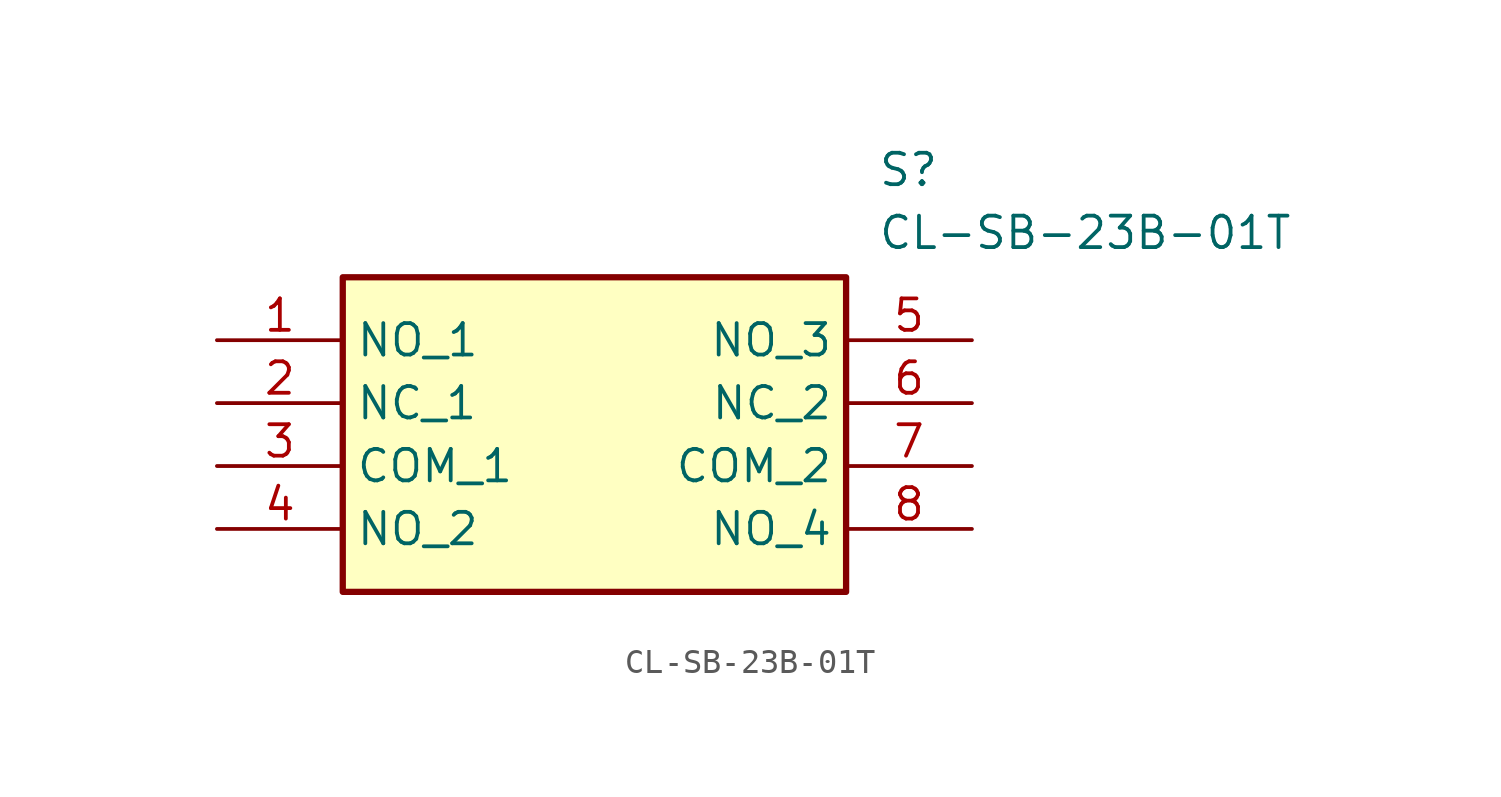
<source format=kicad_sym>
(kicad_symbol_lib
  (version 20211014)
  (generator SamacSys_ECAD_Model)
  (symbol "CL-SB-23B-01T"
    (property "Reference" "S"
      (at 26.67 7.62 0)
      (effects (font (size 1.27 1.27)) (justify left top)))
    (property "Value" "CL-SB-23B-01T"
      (at 26.67 5.08 0)
      (effects (font (size 1.27 1.27)) (justify left top)))
    (rectangle
      (start 5.08 2.54)
      (end 25.4 -10.16)
      (stroke (width 0.254) (type default))
      (fill (type background)))
    (pin passive line
      (at 0 0 0)
      (length 5.08)
      (name "NO_1" (effects (font (size 1.27 1.27))))
      (number "1" (effects (font (size 1.27 1.27)))))
    (pin passive line
      (at 0 -2.54 0)
      (length 5.08)
      (name "NC_1" (effects (font (size 1.27 1.27))))
      (number "2" (effects (font (size 1.27 1.27)))))
    (pin passive line
      (at 0 -5.08 0)
      (length 5.08)
      (name "COM_1" (effects (font (size 1.27 1.27))))
      (number "3" (effects (font (size 1.27 1.27)))))
    (pin passive line
      (at 0 -7.62 0)
      (length 5.08)
      (name "NO_2" (effects (font (size 1.27 1.27))))
      (number "4" (effects (font (size 1.27 1.27)))))
    (pin passive line
      (at 30.48 0 180)
      (length 5.08)
      (name "NO_3" (effects (font (size 1.27 1.27))))
      (number "5" (effects (font (size 1.27 1.27)))))
    (pin passive line
      (at 30.48 -2.54 180)
      (length 5.08)
      (name "NC_2" (effects (font (size 1.27 1.27))))
      (number "6" (effects (font (size 1.27 1.27)))))
    (pin passive line
      (at 30.48 -5.08 180)
      (length 5.08)
      (name "COM_2" (effects (font (size 1.27 1.27))))
      (number "7" (effects (font (size 1.27 1.27)))))
    (pin passive line
      (at 30.48 -7.62 180)
      (length 5.08)
      (name "NO_4" (effects (font (size 1.27 1.27))))
      (number "8" (effects (font (size 1.27 1.27)))))))
</source>
